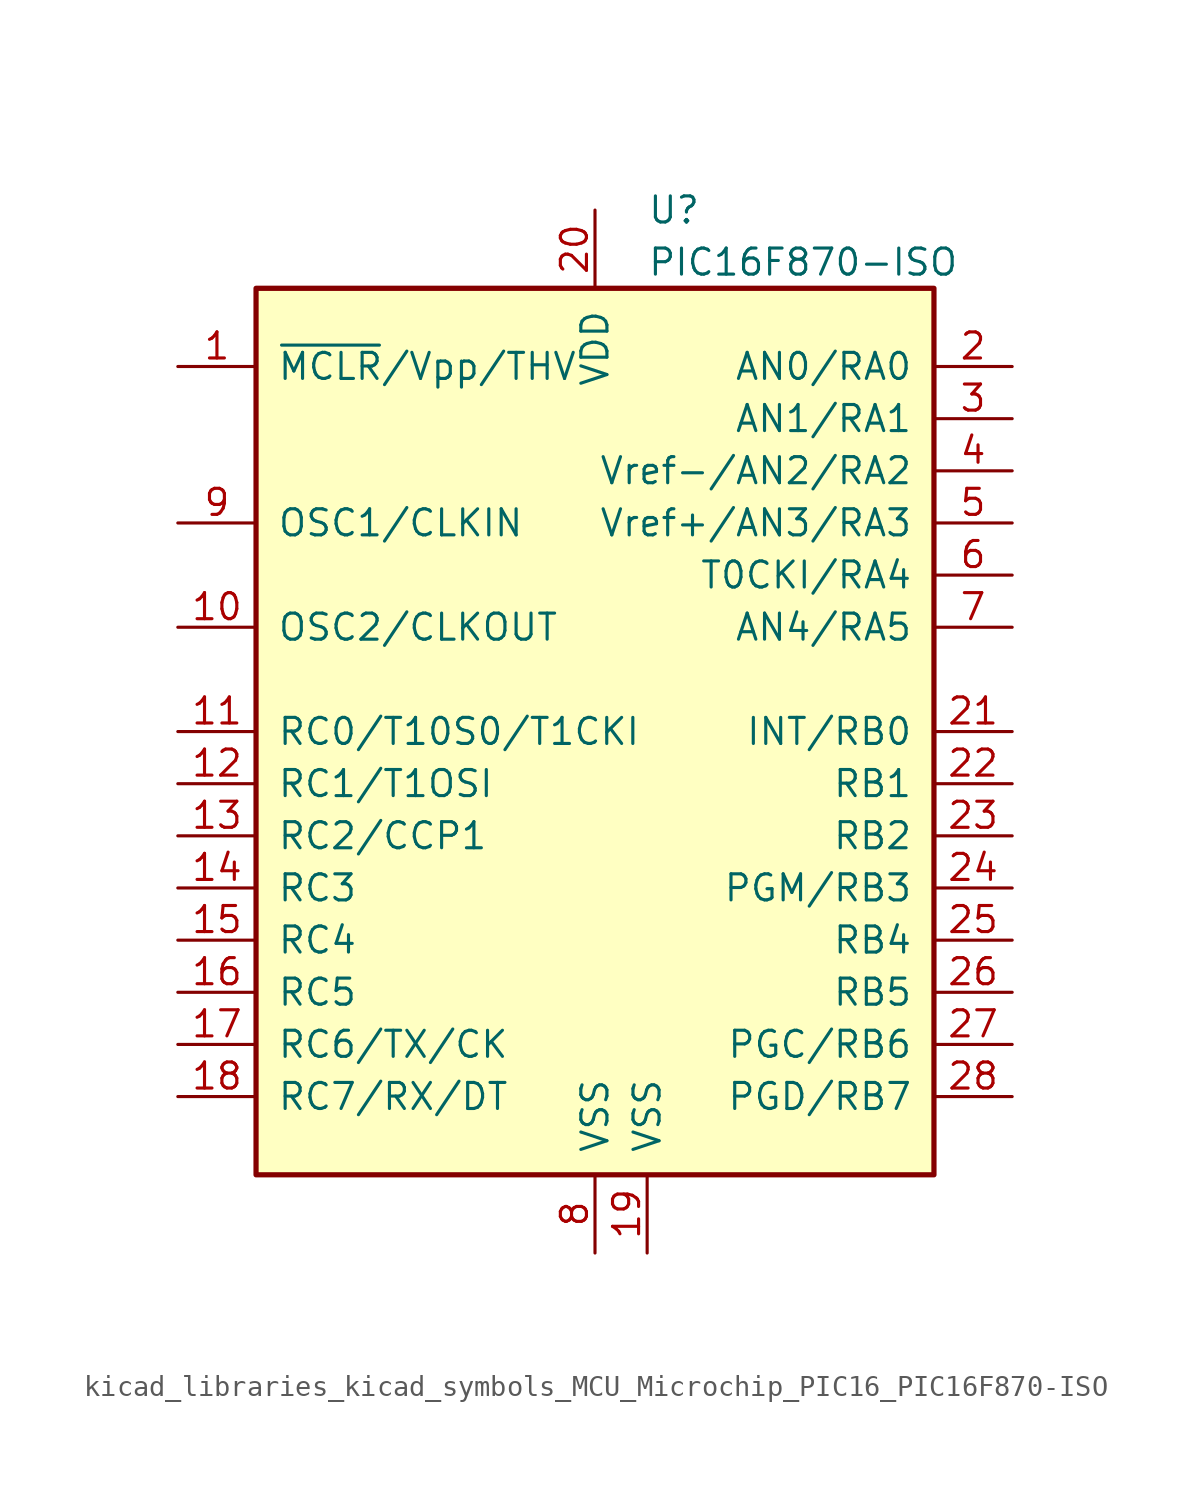
<source format=kicad_sym>
(kicad_symbol_lib
  (version 20220914)
  (generator kicad_symbol_editor)
  (symbol "kicad_libraries_kicad_symbols_MCU_Microchip_PIC16_PIC16F870-ISO"
    (pin_names
      (offset 1.016))
    (property "Reference" "U"
      (at 2.54 25.4 0)
      (effects (font (size 1.27 1.27)) (justify left)))
    (property "Value" "PIC16F870-ISO"
      (at 2.54 22.86 0)
      (effects (font (size 1.27 1.27)) (justify left)))
    (symbol "kicad_libraries_kicad_symbols_MCU_Microchip_PIC16_PIC16F870-ISO_0_1"
      (rectangle (start -16.51 -21.59) (end 16.51 21.59) (stroke (width 0.254) (type default)) (fill (type background))))
    (symbol "kicad_libraries_kicad_symbols_MCU_Microchip_PIC16_PIC16F870-ISO_1_1"
      (pin input line (at -20.32 17.78 0) (length 3.81) (name "~{MCLR}/Vpp/THV" (effects (font (size 1.27 1.27)))) (number "1" (effects (font (size 1.27 1.27)))))
      (pin output line (at -20.32 5.08 0) (length 3.81) (name "OSC2/CLKOUT" (effects (font (size 1.27 1.27)))) (number "10" (effects (font (size 1.27 1.27)))))
      (pin bidirectional line (at -20.32 0 0) (length 3.81) (name "RC0/T10S0/T1CKI" (effects (font (size 1.27 1.27)))) (number "11" (effects (font (size 1.27 1.27)))))
      (pin bidirectional line (at -20.32 -2.54 0) (length 3.81) (name "RC1/T1OSI" (effects (font (size 1.27 1.27)))) (number "12" (effects (font (size 1.27 1.27)))))
      (pin bidirectional line (at -20.32 -5.08 0) (length 3.81) (name "RC2/CCP1" (effects (font (size 1.27 1.27)))) (number "13" (effects (font (size 1.27 1.27)))))
      (pin bidirectional line (at -20.32 -7.62 0) (length 3.81) (name "RC3" (effects (font (size 1.27 1.27)))) (number "14" (effects (font (size 1.27 1.27)))))
      (pin bidirectional line (at -20.32 -10.16 0) (length 3.81) (name "RC4" (effects (font (size 1.27 1.27)))) (number "15" (effects (font (size 1.27 1.27)))))
      (pin bidirectional line (at -20.32 -12.7 0) (length 3.81) (name "RC5" (effects (font (size 1.27 1.27)))) (number "16" (effects (font (size 1.27 1.27)))))
      (pin bidirectional line (at -20.32 -15.24 0) (length 3.81) (name "RC6/TX/CK" (effects (font (size 1.27 1.27)))) (number "17" (effects (font (size 1.27 1.27)))))
      (pin bidirectional line (at -20.32 -17.78 0) (length 3.81) (name "RC7/RX/DT" (effects (font (size 1.27 1.27)))) (number "18" (effects (font (size 1.27 1.27)))))
      (pin power_in line (at 2.54 -25.4 90) (length 3.81) (name "VSS" (effects (font (size 1.27 1.27)))) (number "19" (effects (font (size 1.27 1.27)))))
      (pin bidirectional line (at 20.32 17.78 180) (length 3.81) (name "AN0/RA0" (effects (font (size 1.27 1.27)))) (number "2" (effects (font (size 1.27 1.27)))))
      (pin power_in line (at 0 25.4 270) (length 3.81) (name "VDD" (effects (font (size 1.27 1.27)))) (number "20" (effects (font (size 1.27 1.27)))))
      (pin bidirectional line (at 20.32 0 180) (length 3.81) (name "INT/RB0" (effects (font (size 1.27 1.27)))) (number "21" (effects (font (size 1.27 1.27)))))
      (pin bidirectional line (at 20.32 -2.54 180) (length 3.81) (name "RB1" (effects (font (size 1.27 1.27)))) (number "22" (effects (font (size 1.27 1.27)))))
      (pin bidirectional line (at 20.32 -5.08 180) (length 3.81) (name "RB2" (effects (font (size 1.27 1.27)))) (number "23" (effects (font (size 1.27 1.27)))))
      (pin bidirectional line (at 20.32 -7.62 180) (length 3.81) (name "PGM/RB3" (effects (font (size 1.27 1.27)))) (number "24" (effects (font (size 1.27 1.27)))))
      (pin bidirectional line (at 20.32 -10.16 180) (length 3.81) (name "RB4" (effects (font (size 1.27 1.27)))) (number "25" (effects (font (size 1.27 1.27)))))
      (pin bidirectional line (at 20.32 -12.7 180) (length 3.81) (name "RB5" (effects (font (size 1.27 1.27)))) (number "26" (effects (font (size 1.27 1.27)))))
      (pin bidirectional line (at 20.32 -15.24 180) (length 3.81) (name "PGC/RB6" (effects (font (size 1.27 1.27)))) (number "27" (effects (font (size 1.27 1.27)))))
      (pin bidirectional line (at 20.32 -17.78 180) (length 3.81) (name "PGD/RB7" (effects (font (size 1.27 1.27)))) (number "28" (effects (font (size 1.27 1.27)))))
      (pin bidirectional line (at 20.32 15.24 180) (length 3.81) (name "AN1/RA1" (effects (font (size 1.27 1.27)))) (number "3" (effects (font (size 1.27 1.27)))))
      (pin bidirectional line (at 20.32 12.7 180) (length 3.81) (name "Vref-/AN2/RA2" (effects (font (size 1.27 1.27)))) (number "4" (effects (font (size 1.27 1.27)))))
      (pin bidirectional line (at 20.32 10.16 180) (length 3.81) (name "Vref+/AN3/RA3" (effects (font (size 1.27 1.27)))) (number "5" (effects (font (size 1.27 1.27)))))
      (pin bidirectional line (at 20.32 7.62 180) (length 3.81) (name "T0CKI/RA4" (effects (font (size 1.27 1.27)))) (number "6" (effects (font (size 1.27 1.27)))))
      (pin bidirectional line (at 20.32 5.08 180) (length 3.81) (name "AN4/RA5" (effects (font (size 1.27 1.27)))) (number "7" (effects (font (size 1.27 1.27)))))
      (pin power_in line (at 0 -25.4 90) (length 3.81) (name "VSS" (effects (font (size 1.27 1.27)))) (number "8" (effects (font (size 1.27 1.27)))))
      (pin input line (at -20.32 10.16 0) (length 3.81) (name "OSC1/CLKIN" (effects (font (size 1.27 1.27)))) (number "9" (effects (font (size 1.27 1.27))))))))
</source>
